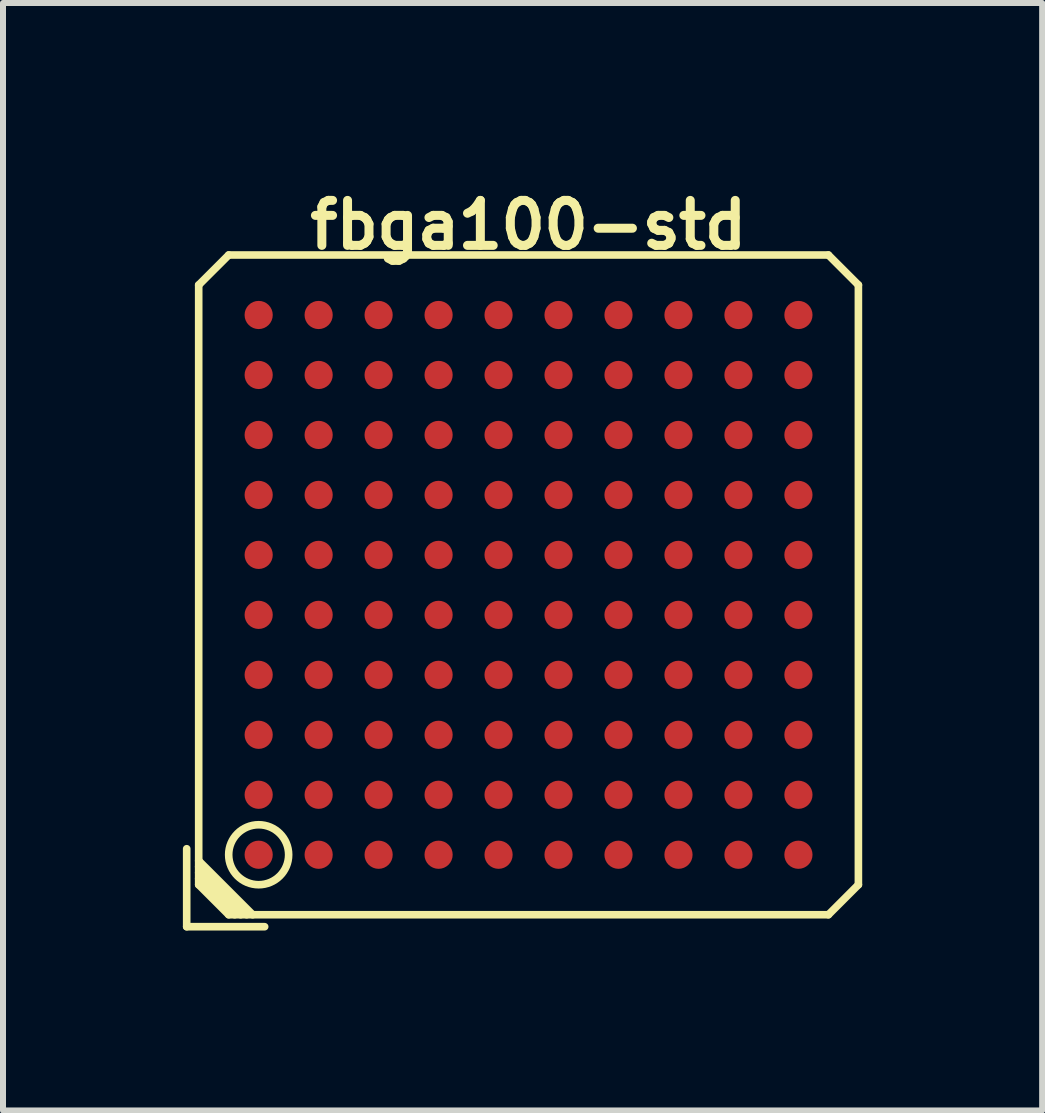
<source format=kicad_pcb>
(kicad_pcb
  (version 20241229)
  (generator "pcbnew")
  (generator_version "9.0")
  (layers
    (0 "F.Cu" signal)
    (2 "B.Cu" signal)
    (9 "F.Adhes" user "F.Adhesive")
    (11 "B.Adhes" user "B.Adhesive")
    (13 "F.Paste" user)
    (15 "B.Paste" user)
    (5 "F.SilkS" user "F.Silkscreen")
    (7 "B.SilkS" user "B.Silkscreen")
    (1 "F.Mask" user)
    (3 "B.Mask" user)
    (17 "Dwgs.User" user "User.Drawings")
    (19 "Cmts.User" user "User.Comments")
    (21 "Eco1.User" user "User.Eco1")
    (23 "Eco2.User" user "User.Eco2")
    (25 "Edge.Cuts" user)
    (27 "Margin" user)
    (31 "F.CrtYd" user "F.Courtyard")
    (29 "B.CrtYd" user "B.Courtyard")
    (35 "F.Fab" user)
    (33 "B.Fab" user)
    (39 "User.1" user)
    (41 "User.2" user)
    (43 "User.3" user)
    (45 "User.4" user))
  (footprint "fbga100-std"
    (layer "F.Cu")
    (at 5.763 6.702)
    (property "Reference" "fbga100-std" (at 0 -6 0) (layer "F.SilkS") (effects (font (size 0.75 0.75) (thickness 0.15))))
    (attr through_hole)
    (fp_line (start -5.7 4.4) (end -5.7 5.7) (stroke (width 0.127) (type solid)) (layer "F.SilkS"))
    (fp_line (start -5.7 5.7) (end -4.4 5.7) (stroke (width 0.127) (type solid)) (layer "F.SilkS"))
    (fp_line (start -5.5 -5) (end -5 -5.5) (stroke (width 0.127) (type solid)) (layer "F.SilkS"))
    (fp_line (start -5.5 4.7) (end -4.7 5.5) (stroke (width 0.127) (type solid)) (layer "F.SilkS"))
    (fp_line (start -5.5 4.8) (end -4.8 5.5) (stroke (width 0.127) (type solid)) (layer "F.SilkS"))
    (fp_line (start -5.5 5) (end -5.5 -5) (stroke (width 0.127) (type solid)) (layer "F.SilkS"))
    (fp_line (start -5 -5.5) (end 5 -5.5) (stroke (width 0.127) (type solid)) (layer "F.SilkS"))
    (fp_line (start -5 5.5) (end -5.5 5) (stroke (width 0.127) (type solid)) (layer "F.SilkS"))
    (fp_line (start -4.9 5.5) (end -5.5 4.9) (stroke (width 0.127) (type solid)) (layer "F.SilkS"))
    (fp_line (start -4.6 5.5) (end -5.5 4.6) (stroke (width 0.127) (type solid)) (layer "F.SilkS"))
    (fp_line (start 5 -5.5) (end 5.5 -5) (stroke (width 0.127) (type solid)) (layer "F.SilkS"))
    (fp_line (start 5 5.5) (end -5 5.5) (stroke (width 0.127) (type solid)) (layer "F.SilkS"))
    (fp_line (start 5.5 -5) (end 5.5 5) (stroke (width 0.127) (type solid)) (layer "F.SilkS"))
    (fp_line (start 5.5 5) (end 5 5.5) (stroke (width 0.127) (type solid)) (layer "F.SilkS"))
    (fp_circle (center -4.5 4.5) (end -4.9 4.8) (stroke (width 0.127) (type solid)) (fill no) (layer "F.SilkS"))
    (pad "A1" smd circle (at -4.5 4.5) (size 0.47 0.47) (layers "F.Cu" "F.Mask" "F.Paste"))
    (pad "A2" smd circle (at -4.5 3.5) (size 0.47 0.47) (layers "F.Cu" "F.Mask" "F.Paste"))
    (pad "A3" smd circle (at -4.5 2.5) (size 0.47 0.47) (layers "F.Cu" "F.Mask" "F.Paste"))
    (pad "A4" smd circle (at -4.5 1.5) (size 0.47 0.47) (layers "F.Cu" "F.Mask" "F.Paste"))
    (pad "A5" smd circle (at -4.5 0.5) (size 0.47 0.47) (layers "F.Cu" "F.Mask" "F.Paste"))
    (pad "A6" smd circle (at -4.5 -0.5) (size 0.47 0.47) (layers "F.Cu" "F.Mask" "F.Paste"))
    (pad "A7" smd circle (at -4.5 -1.5) (size 0.47 0.47) (layers "F.Cu" "F.Mask" "F.Paste"))
    (pad "A8" smd circle (at -4.5 -2.5) (size 0.47 0.47) (layers "F.Cu" "F.Mask" "F.Paste"))
    (pad "A9" smd circle (at -4.5 -3.5) (size 0.47 0.47) (layers "F.Cu" "F.Mask" "F.Paste"))
    (pad "A10" smd circle (at -4.5 -4.5) (size 0.47 0.47) (layers "F.Cu" "F.Mask" "F.Paste"))
    (pad "B1" smd circle (at -3.5 4.5) (size 0.47 0.47) (layers "F.Cu" "F.Mask" "F.Paste"))
    (pad "B2" smd circle (at -3.5 3.5) (size 0.47 0.47) (layers "F.Cu" "F.Mask" "F.Paste"))
    (pad "B3" smd circle (at -3.5 2.5) (size 0.47 0.47) (layers "F.Cu" "F.Mask" "F.Paste"))
    (pad "B4" smd circle (at -3.5 1.5) (size 0.47 0.47) (layers "F.Cu" "F.Mask" "F.Paste"))
    (pad "B5" smd circle (at -3.5 0.5) (size 0.47 0.47) (layers "F.Cu" "F.Mask" "F.Paste"))
    (pad "B6" smd circle (at -3.5 -0.5) (size 0.47 0.47) (layers "F.Cu" "F.Mask" "F.Paste"))
    (pad "B7" smd circle (at -3.5 -1.5) (size 0.47 0.47) (layers "F.Cu" "F.Mask" "F.Paste"))
    (pad "B8" smd circle (at -3.5 -2.5) (size 0.47 0.47) (layers "F.Cu" "F.Mask" "F.Paste"))
    (pad "B9" smd circle (at -3.5 -3.5) (size 0.47 0.47) (layers "F.Cu" "F.Mask" "F.Paste"))
    (pad "B10" smd circle (at -3.5 -4.5) (size 0.47 0.47) (layers "F.Cu" "F.Mask" "F.Paste"))
    (pad "C1" smd circle (at -2.5 4.5) (size 0.47 0.47) (layers "F.Cu" "F.Mask" "F.Paste"))
    (pad "C2" smd circle (at -2.5 3.5) (size 0.47 0.47) (layers "F.Cu" "F.Mask" "F.Paste"))
    (pad "C3" smd circle (at -2.5 2.5) (size 0.47 0.47) (layers "F.Cu" "F.Mask" "F.Paste"))
    (pad "C4" smd circle (at -2.5 1.5) (size 0.47 0.47) (layers "F.Cu" "F.Mask" "F.Paste"))
    (pad "C5" smd circle (at -2.5 0.5) (size 0.47 0.47) (layers "F.Cu" "F.Mask" "F.Paste"))
    (pad "C6" smd circle (at -2.5 -0.5) (size 0.47 0.47) (layers "F.Cu" "F.Mask" "F.Paste"))
    (pad "C7" smd circle (at -2.5 -1.5) (size 0.47 0.47) (layers "F.Cu" "F.Mask" "F.Paste"))
    (pad "C8" smd circle (at -2.5 -2.5) (size 0.47 0.47) (layers "F.Cu" "F.Mask" "F.Paste"))
    (pad "C9" smd circle (at -2.5 -3.5) (size 0.47 0.47) (layers "F.Cu" "F.Mask" "F.Paste"))
    (pad "C10" smd circle (at -2.5 -4.5) (size 0.47 0.47) (layers "F.Cu" "F.Mask" "F.Paste"))
    (pad "D1" smd circle (at -1.5 4.5) (size 0.47 0.47) (layers "F.Cu" "F.Mask" "F.Paste"))
    (pad "D2" smd circle (at -1.5 3.5) (size 0.47 0.47) (layers "F.Cu" "F.Mask" "F.Paste"))
    (pad "D3" smd circle (at -1.5 2.5) (size 0.47 0.47) (layers "F.Cu" "F.Mask" "F.Paste"))
    (pad "D4" smd circle (at -1.5 1.5) (size 0.47 0.47) (layers "F.Cu" "F.Mask" "F.Paste"))
    (pad "D5" smd circle (at -1.5 0.5) (size 0.47 0.47) (layers "F.Cu" "F.Mask" "F.Paste"))
    (pad "D6" smd circle (at -1.5 -0.5) (size 0.47 0.47) (layers "F.Cu" "F.Mask" "F.Paste"))
    (pad "D7" smd circle (at -1.5 -1.5) (size 0.47 0.47) (layers "F.Cu" "F.Mask" "F.Paste"))
    (pad "D8" smd circle (at -1.5 -2.5) (size 0.47 0.47) (layers "F.Cu" "F.Mask" "F.Paste"))
    (pad "D9" smd circle (at -1.5 -3.5) (size 0.47 0.47) (layers "F.Cu" "F.Mask" "F.Paste"))
    (pad "D10" smd circle (at -1.5 -4.5) (size 0.47 0.47) (layers "F.Cu" "F.Mask" "F.Paste"))
    (pad "E1" smd circle (at -0.5 4.5) (size 0.47 0.47) (layers "F.Cu" "F.Mask" "F.Paste"))
    (pad "E2" smd circle (at -0.5 3.5) (size 0.47 0.47) (layers "F.Cu" "F.Mask" "F.Paste"))
    (pad "E3" smd circle (at -0.5 2.5) (size 0.47 0.47) (layers "F.Cu" "F.Mask" "F.Paste"))
    (pad "E4" smd circle (at -0.5 1.5) (size 0.47 0.47) (layers "F.Cu" "F.Mask" "F.Paste"))
    (pad "E5" smd circle (at -0.5 0.5) (size 0.47 0.47) (layers "F.Cu" "F.Mask" "F.Paste"))
    (pad "E6" smd circle (at -0.5 -0.5) (size 0.47 0.47) (layers "F.Cu" "F.Mask" "F.Paste"))
    (pad "E7" smd circle (at -0.5 -1.5) (size 0.47 0.47) (layers "F.Cu" "F.Mask" "F.Paste"))
    (pad "E8" smd circle (at -0.5 -2.5) (size 0.47 0.47) (layers "F.Cu" "F.Mask" "F.Paste"))
    (pad "E9" smd circle (at -0.5 -3.5) (size 0.47 0.47) (layers "F.Cu" "F.Mask" "F.Paste"))
    (pad "E10" smd circle (at -0.5 -4.5) (size 0.47 0.47) (layers "F.Cu" "F.Mask" "F.Paste"))
    (pad "F1" smd circle (at 0.5 4.5) (size 0.47 0.47) (layers "F.Cu" "F.Mask" "F.Paste"))
    (pad "F2" smd circle (at 0.5 3.5) (size 0.47 0.47) (layers "F.Cu" "F.Mask" "F.Paste"))
    (pad "F3" smd circle (at 0.5 2.5) (size 0.47 0.47) (layers "F.Cu" "F.Mask" "F.Paste"))
    (pad "F4" smd circle (at 0.5 1.5) (size 0.47 0.47) (layers "F.Cu" "F.Mask" "F.Paste"))
    (pad "F5" smd circle (at 0.5 0.5) (size 0.47 0.47) (layers "F.Cu" "F.Mask" "F.Paste"))
    (pad "F6" smd circle (at 0.5 -0.5) (size 0.47 0.47) (layers "F.Cu" "F.Mask" "F.Paste"))
    (pad "F7" smd circle (at 0.5 -1.5) (size 0.47 0.47) (layers "F.Cu" "F.Mask" "F.Paste"))
    (pad "F8" smd circle (at 0.5 -2.5) (size 0.47 0.47) (layers "F.Cu" "F.Mask" "F.Paste"))
    (pad "F9" smd circle (at 0.5 -3.5) (size 0.47 0.47) (layers "F.Cu" "F.Mask" "F.Paste"))
    (pad "F10" smd circle (at 0.5 -4.5) (size 0.47 0.47) (layers "F.Cu" "F.Mask" "F.Paste"))
    (pad "G1" smd circle (at 1.5 4.5) (size 0.47 0.47) (layers "F.Cu" "F.Mask" "F.Paste"))
    (pad "G2" smd circle (at 1.5 3.5) (size 0.47 0.47) (layers "F.Cu" "F.Mask" "F.Paste"))
    (pad "G3" smd circle (at 1.5 2.5) (size 0.47 0.47) (layers "F.Cu" "F.Mask" "F.Paste"))
    (pad "G4" smd circle (at 1.5 1.5) (size 0.47 0.47) (layers "F.Cu" "F.Mask" "F.Paste"))
    (pad "G5" smd circle (at 1.5 0.5) (size 0.47 0.47) (layers "F.Cu" "F.Mask" "F.Paste"))
    (pad "G6" smd circle (at 1.5 -0.5) (size 0.47 0.47) (layers "F.Cu" "F.Mask" "F.Paste"))
    (pad "G7" smd circle (at 1.5 -1.5) (size 0.47 0.47) (layers "F.Cu" "F.Mask" "F.Paste"))
    (pad "G8" smd circle (at 1.5 -2.5) (size 0.47 0.47) (layers "F.Cu" "F.Mask" "F.Paste"))
    (pad "G9" smd circle (at 1.5 -3.5) (size 0.47 0.47) (layers "F.Cu" "F.Mask" "F.Paste"))
    (pad "G10" smd circle (at 1.5 -4.5) (size 0.47 0.47) (layers "F.Cu" "F.Mask" "F.Paste"))
    (pad "H1" smd circle (at 2.5 4.5) (size 0.47 0.47) (layers "F.Cu" "F.Mask" "F.Paste"))
    (pad "H2" smd circle (at 2.5 3.5) (size 0.47 0.47) (layers "F.Cu" "F.Mask" "F.Paste"))
    (pad "H3" smd circle (at 2.5 2.5) (size 0.47 0.47) (layers "F.Cu" "F.Mask" "F.Paste"))
    (pad "H4" smd circle (at 2.5 1.5) (size 0.47 0.47) (layers "F.Cu" "F.Mask" "F.Paste"))
    (pad "H5" smd circle (at 2.5 0.5) (size 0.47 0.47) (layers "F.Cu" "F.Mask" "F.Paste"))
    (pad "H6" smd circle (at 2.5 -0.5) (size 0.47 0.47) (layers "F.Cu" "F.Mask" "F.Paste"))
    (pad "H7" smd circle (at 2.5 -1.5) (size 0.47 0.47) (layers "F.Cu" "F.Mask" "F.Paste"))
    (pad "H8" smd circle (at 2.5 -2.5) (size 0.47 0.47) (layers "F.Cu" "F.Mask" "F.Paste"))
    (pad "H9" smd circle (at 2.5 -3.5) (size 0.47 0.47) (layers "F.Cu" "F.Mask" "F.Paste"))
    (pad "H10" smd circle (at 2.5 -4.5) (size 0.47 0.47) (layers "F.Cu" "F.Mask" "F.Paste"))
    (pad "J1" smd circle (at 3.5 4.5) (size 0.47 0.47) (layers "F.Cu" "F.Mask" "F.Paste"))
    (pad "J2" smd circle (at 3.5 3.5) (size 0.47 0.47) (layers "F.Cu" "F.Mask" "F.Paste"))
    (pad "J3" smd circle (at 3.5 2.5) (size 0.47 0.47) (layers "F.Cu" "F.Mask" "F.Paste"))
    (pad "J4" smd circle (at 3.5 1.5) (size 0.47 0.47) (layers "F.Cu" "F.Mask" "F.Paste"))
    (pad "J5" smd circle (at 3.5 0.5) (size 0.47 0.47) (layers "F.Cu" "F.Mask" "F.Paste"))
    (pad "J6" smd circle (at 3.5 -0.5) (size 0.47 0.47) (layers "F.Cu" "F.Mask" "F.Paste"))
    (pad "J7" smd circle (at 3.5 -1.5) (size 0.47 0.47) (layers "F.Cu" "F.Mask" "F.Paste"))
    (pad "J8" smd circle (at 3.5 -2.5) (size 0.47 0.47) (layers "F.Cu" "F.Mask" "F.Paste"))
    (pad "J9" smd circle (at 3.5 -3.5) (size 0.47 0.47) (layers "F.Cu" "F.Mask" "F.Paste"))
    (pad "J10" smd circle (at 3.5 -4.5) (size 0.47 0.47) (layers "F.Cu" "F.Mask" "F.Paste"))
    (pad "K1" smd circle (at 4.5 4.5) (size 0.47 0.47) (layers "F.Cu" "F.Mask" "F.Paste"))
    (pad "K2" smd circle (at 4.5 3.5) (size 0.47 0.47) (layers "F.Cu" "F.Mask" "F.Paste"))
    (pad "K3" smd circle (at 4.5 2.5) (size 0.47 0.47) (layers "F.Cu" "F.Mask" "F.Paste"))
    (pad "K4" smd circle (at 4.5 1.5) (size 0.47 0.47) (layers "F.Cu" "F.Mask" "F.Paste"))
    (pad "K5" smd circle (at 4.5 0.5) (size 0.47 0.47) (layers "F.Cu" "F.Mask" "F.Paste"))
    (pad "K6" smd circle (at 4.5 -0.5) (size 0.47 0.47) (layers "F.Cu" "F.Mask" "F.Paste"))
    (pad "K7" smd circle (at 4.5 -1.5) (size 0.47 0.47) (layers "F.Cu" "F.Mask" "F.Paste"))
    (pad "K8" smd circle (at 4.5 -2.5) (size 0.47 0.47) (layers "F.Cu" "F.Mask" "F.Paste"))
    (pad "K9" smd circle (at 4.5 -3.5) (size 0.47 0.47) (layers "F.Cu" "F.Mask" "F.Paste"))
    (pad "K10" smd circle (at 4.5 -4.5) (size 0.47 0.47) (layers "F.Cu" "F.Mask" "F.Paste")))
  (gr_rect
    (start -3 -3)
    (end 14.327 15.466)
    (stroke (width 0.1) (type default))
    (fill no)
    (layer "Edge.Cuts")))
</source>
